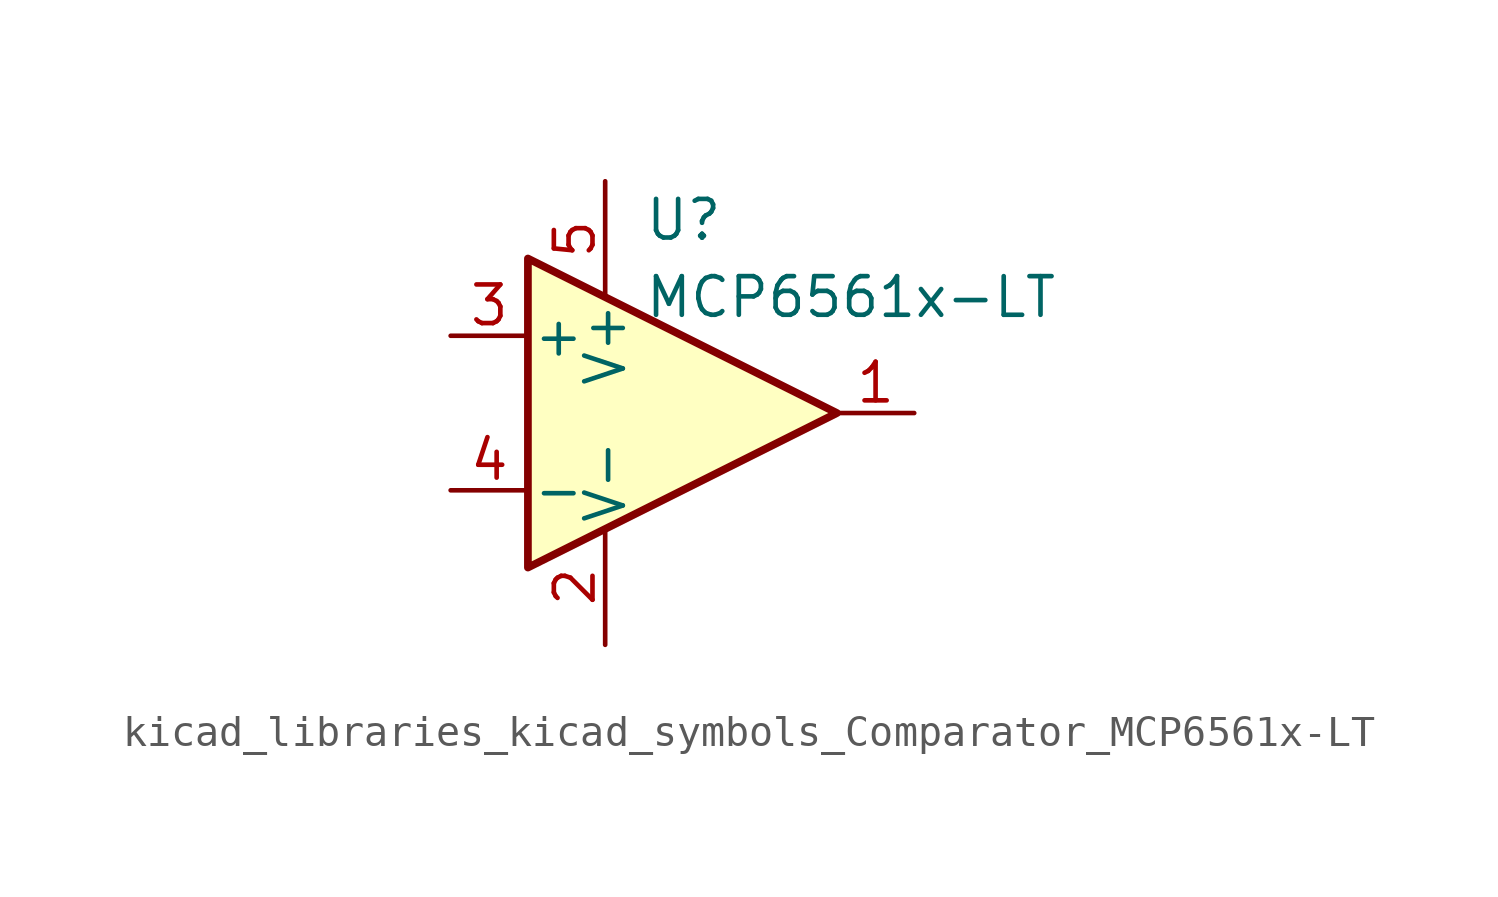
<source format=kicad_sym>
(kicad_symbol_lib
  (version 20220914)
  (generator kicad_symbol_editor)
  (symbol "kicad_libraries_kicad_symbols_Comparator_MCP6561x-LT"
    (pin_names
      (offset 0.127))
    (property "Reference" "U"
      (at -1.27 6.35 0)
      (effects (font (size 1.27 1.27)) (justify left)))
    (property "Value" "MCP6561x-LT"
      (at -1.27 3.81 0)
      (effects (font (size 1.27 1.27)) (justify left)))
    (symbol "kicad_libraries_kicad_symbols_Comparator_MCP6561x-LT_0_1"
      (polyline (pts (xy -5.08 5.08) (xy 5.08 0) (xy -5.08 -5.08) (xy -5.08 5.08)) (stroke (width 0.254) (type default)) (fill (type background)))
      (pin power_in line (at -2.54 -7.62 90) (length 3.81) (name "V-" (effects (font (size 1.27 1.27)))) (number "2" (effects (font (size 1.27 1.27)))))
      (pin power_in line (at -2.54 7.62 270) (length 3.81) (name "V+" (effects (font (size 1.27 1.27)))) (number "5" (effects (font (size 1.27 1.27))))))
    (symbol "kicad_libraries_kicad_symbols_Comparator_MCP6561x-LT_1_1"
      (pin output line (at 7.62 0 180) (length 2.54) (name "~" (effects (font (size 1.27 1.27)))) (number "1" (effects (font (size 1.27 1.27)))))
      (pin input line (at -7.62 2.54 0) (length 2.54) (name "+" (effects (font (size 1.27 1.27)))) (number "3" (effects (font (size 1.27 1.27)))))
      (pin input line (at -7.62 -2.54 0) (length 2.54) (name "-" (effects (font (size 1.27 1.27)))) (number "4" (effects (font (size 1.27 1.27))))))))
</source>
